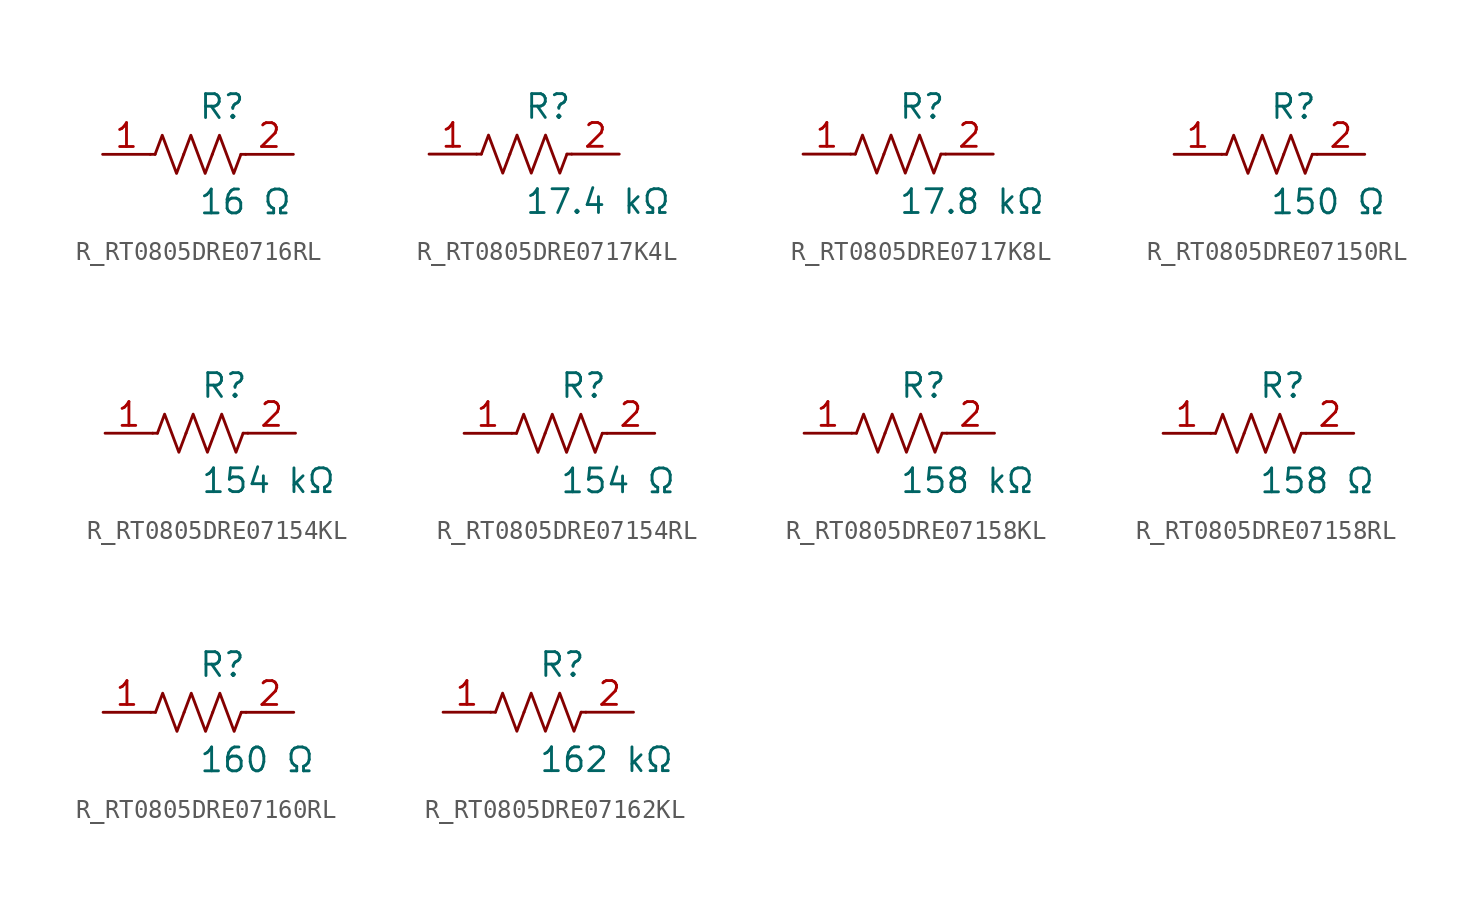
<source format=kicad_sym>
(kicad_symbol_lib
  (version 20231120)
  (generator kicad_symbol_editor)
  (generator_version 8.0)
  (symbol "R_RT0805DRE0716RL"
    (pin_names
      (offset 0.254))
    (property "Reference" "R"
      (at 0 2.54 0)
      (effects (font (size 1.27 1.27)) (justify left)))
    (property "Value" "16 Ω"
      (at 0 -2.54 0)
      (effects (font (size 1.27 1.27)) (justify left)))
    (symbol "R_RT0805DRE0716RL_0_1"
      (polyline (pts (xy 2.286 0) (xy 2.54 0)) (stroke (width 0) (type default)) (fill (type none)))
      (polyline (pts (xy -2.286 0) (xy -2.54 0)) (stroke (width 0) (type default)) (fill (type none)))
      (polyline (pts (xy 0.762 0) (xy 1.143 1.016) (xy 1.524 0) (xy 1.905 -1.016) (xy 2.286 0)) (stroke (width 0) (type default)) (fill (type none)))
      (polyline (pts (xy -0.762 0) (xy -0.381 1.016) (xy 0 0) (xy 0.381 -1.016) (xy 0.762 0)) (stroke (width 0) (type default)) (fill (type none)))
      (polyline (pts (xy -2.286 0) (xy -1.905 1.016) (xy -1.524 0) (xy -1.143 -1.016) (xy -0.762 0)) (stroke (width 0) (type default)) (fill (type none))))
    (pin passive line
      (at -5.08 0 0)
      (length 2.54)
      (name "" (effects (font (size 1.27 1.27))))
      (number "1" (effects (font (size 1.27 1.27)))))
    (pin passive line
      (at 5.08 0 180)
      (length 2.54)
      (name "" (effects (font (size 1.27 1.27))))
      (number "2" (effects (font (size 1.27 1.27))))))
  (symbol "R_RT0805DRE0717K4L"
    (pin_names
      (offset 0.254))
    (property "Reference" "R"
      (at 0 2.54 0)
      (effects (font (size 1.27 1.27)) (justify left)))
    (property "Value" "17.4 kΩ"
      (at 0 -2.54 0)
      (effects (font (size 1.27 1.27)) (justify left)))
    (symbol "R_RT0805DRE0717K4L_0_1"
      (polyline (pts (xy 2.286 0) (xy 2.54 0)) (stroke (width 0) (type default)) (fill (type none)))
      (polyline (pts (xy -2.286 0) (xy -2.54 0)) (stroke (width 0) (type default)) (fill (type none)))
      (polyline (pts (xy 0.762 0) (xy 1.143 1.016) (xy 1.524 0) (xy 1.905 -1.016) (xy 2.286 0)) (stroke (width 0) (type default)) (fill (type none)))
      (polyline (pts (xy -0.762 0) (xy -0.381 1.016) (xy 0 0) (xy 0.381 -1.016) (xy 0.762 0)) (stroke (width 0) (type default)) (fill (type none)))
      (polyline (pts (xy -2.286 0) (xy -1.905 1.016) (xy -1.524 0) (xy -1.143 -1.016) (xy -0.762 0)) (stroke (width 0) (type default)) (fill (type none))))
    (pin passive line
      (at -5.08 0 0)
      (length 2.54)
      (name "" (effects (font (size 1.27 1.27))))
      (number "1" (effects (font (size 1.27 1.27)))))
    (pin passive line
      (at 5.08 0 180)
      (length 2.54)
      (name "" (effects (font (size 1.27 1.27))))
      (number "2" (effects (font (size 1.27 1.27))))))
  (symbol "R_RT0805DRE0717K8L"
    (pin_names
      (offset 0.254))
    (property "Reference" "R"
      (at 0 2.54 0)
      (effects (font (size 1.27 1.27)) (justify left)))
    (property "Value" "17.8 kΩ"
      (at 0 -2.54 0)
      (effects (font (size 1.27 1.27)) (justify left)))
    (symbol "R_RT0805DRE0717K8L_0_1"
      (polyline (pts (xy 2.286 0) (xy 2.54 0)) (stroke (width 0) (type default)) (fill (type none)))
      (polyline (pts (xy -2.286 0) (xy -2.54 0)) (stroke (width 0) (type default)) (fill (type none)))
      (polyline (pts (xy 0.762 0) (xy 1.143 1.016) (xy 1.524 0) (xy 1.905 -1.016) (xy 2.286 0)) (stroke (width 0) (type default)) (fill (type none)))
      (polyline (pts (xy -0.762 0) (xy -0.381 1.016) (xy 0 0) (xy 0.381 -1.016) (xy 0.762 0)) (stroke (width 0) (type default)) (fill (type none)))
      (polyline (pts (xy -2.286 0) (xy -1.905 1.016) (xy -1.524 0) (xy -1.143 -1.016) (xy -0.762 0)) (stroke (width 0) (type default)) (fill (type none))))
    (pin passive line
      (at -5.08 0 0)
      (length 2.54)
      (name "" (effects (font (size 1.27 1.27))))
      (number "1" (effects (font (size 1.27 1.27)))))
    (pin passive line
      (at 5.08 0 180)
      (length 2.54)
      (name "" (effects (font (size 1.27 1.27))))
      (number "2" (effects (font (size 1.27 1.27))))))
  (symbol "R_RT0805DRE07150RL"
    (pin_names
      (offset 0.254))
    (property "Reference" "R"
      (at 0 2.54 0)
      (effects (font (size 1.27 1.27)) (justify left)))
    (property "Value" "150 Ω"
      (at 0 -2.54 0)
      (effects (font (size 1.27 1.27)) (justify left)))
    (symbol "R_RT0805DRE07150RL_0_1"
      (polyline (pts (xy 2.286 0) (xy 2.54 0)) (stroke (width 0) (type default)) (fill (type none)))
      (polyline (pts (xy -2.286 0) (xy -2.54 0)) (stroke (width 0) (type default)) (fill (type none)))
      (polyline (pts (xy 0.762 0) (xy 1.143 1.016) (xy 1.524 0) (xy 1.905 -1.016) (xy 2.286 0)) (stroke (width 0) (type default)) (fill (type none)))
      (polyline (pts (xy -0.762 0) (xy -0.381 1.016) (xy 0 0) (xy 0.381 -1.016) (xy 0.762 0)) (stroke (width 0) (type default)) (fill (type none)))
      (polyline (pts (xy -2.286 0) (xy -1.905 1.016) (xy -1.524 0) (xy -1.143 -1.016) (xy -0.762 0)) (stroke (width 0) (type default)) (fill (type none))))
    (pin passive line
      (at -5.08 0 0)
      (length 2.54)
      (name "" (effects (font (size 1.27 1.27))))
      (number "1" (effects (font (size 1.27 1.27)))))
    (pin passive line
      (at 5.08 0 180)
      (length 2.54)
      (name "" (effects (font (size 1.27 1.27))))
      (number "2" (effects (font (size 1.27 1.27))))))
  (symbol "R_RT0805DRE07154KL"
    (pin_names
      (offset 0.254))
    (property "Reference" "R"
      (at 0 2.54 0)
      (effects (font (size 1.27 1.27)) (justify left)))
    (property "Value" "154 kΩ"
      (at 0 -2.54 0)
      (effects (font (size 1.27 1.27)) (justify left)))
    (symbol "R_RT0805DRE07154KL_0_1"
      (polyline (pts (xy 2.286 0) (xy 2.54 0)) (stroke (width 0) (type default)) (fill (type none)))
      (polyline (pts (xy -2.286 0) (xy -2.54 0)) (stroke (width 0) (type default)) (fill (type none)))
      (polyline (pts (xy 0.762 0) (xy 1.143 1.016) (xy 1.524 0) (xy 1.905 -1.016) (xy 2.286 0)) (stroke (width 0) (type default)) (fill (type none)))
      (polyline (pts (xy -0.762 0) (xy -0.381 1.016) (xy 0 0) (xy 0.381 -1.016) (xy 0.762 0)) (stroke (width 0) (type default)) (fill (type none)))
      (polyline (pts (xy -2.286 0) (xy -1.905 1.016) (xy -1.524 0) (xy -1.143 -1.016) (xy -0.762 0)) (stroke (width 0) (type default)) (fill (type none))))
    (pin passive line
      (at -5.08 0 0)
      (length 2.54)
      (name "" (effects (font (size 1.27 1.27))))
      (number "1" (effects (font (size 1.27 1.27)))))
    (pin passive line
      (at 5.08 0 180)
      (length 2.54)
      (name "" (effects (font (size 1.27 1.27))))
      (number "2" (effects (font (size 1.27 1.27))))))
  (symbol "R_RT0805DRE07154RL"
    (pin_names
      (offset 0.254))
    (property "Reference" "R"
      (at 0 2.54 0)
      (effects (font (size 1.27 1.27)) (justify left)))
    (property "Value" "154 Ω"
      (at 0 -2.54 0)
      (effects (font (size 1.27 1.27)) (justify left)))
    (symbol "R_RT0805DRE07154RL_0_1"
      (polyline (pts (xy 2.286 0) (xy 2.54 0)) (stroke (width 0) (type default)) (fill (type none)))
      (polyline (pts (xy -2.286 0) (xy -2.54 0)) (stroke (width 0) (type default)) (fill (type none)))
      (polyline (pts (xy 0.762 0) (xy 1.143 1.016) (xy 1.524 0) (xy 1.905 -1.016) (xy 2.286 0)) (stroke (width 0) (type default)) (fill (type none)))
      (polyline (pts (xy -0.762 0) (xy -0.381 1.016) (xy 0 0) (xy 0.381 -1.016) (xy 0.762 0)) (stroke (width 0) (type default)) (fill (type none)))
      (polyline (pts (xy -2.286 0) (xy -1.905 1.016) (xy -1.524 0) (xy -1.143 -1.016) (xy -0.762 0)) (stroke (width 0) (type default)) (fill (type none))))
    (pin passive line
      (at -5.08 0 0)
      (length 2.54)
      (name "" (effects (font (size 1.27 1.27))))
      (number "1" (effects (font (size 1.27 1.27)))))
    (pin passive line
      (at 5.08 0 180)
      (length 2.54)
      (name "" (effects (font (size 1.27 1.27))))
      (number "2" (effects (font (size 1.27 1.27))))))
  (symbol "R_RT0805DRE07158KL"
    (pin_names
      (offset 0.254))
    (property "Reference" "R"
      (at 0 2.54 0)
      (effects (font (size 1.27 1.27)) (justify left)))
    (property "Value" "158 kΩ"
      (at 0 -2.54 0)
      (effects (font (size 1.27 1.27)) (justify left)))
    (symbol "R_RT0805DRE07158KL_0_1"
      (polyline (pts (xy 2.286 0) (xy 2.54 0)) (stroke (width 0) (type default)) (fill (type none)))
      (polyline (pts (xy -2.286 0) (xy -2.54 0)) (stroke (width 0) (type default)) (fill (type none)))
      (polyline (pts (xy 0.762 0) (xy 1.143 1.016) (xy 1.524 0) (xy 1.905 -1.016) (xy 2.286 0)) (stroke (width 0) (type default)) (fill (type none)))
      (polyline (pts (xy -0.762 0) (xy -0.381 1.016) (xy 0 0) (xy 0.381 -1.016) (xy 0.762 0)) (stroke (width 0) (type default)) (fill (type none)))
      (polyline (pts (xy -2.286 0) (xy -1.905 1.016) (xy -1.524 0) (xy -1.143 -1.016) (xy -0.762 0)) (stroke (width 0) (type default)) (fill (type none))))
    (pin passive line
      (at -5.08 0 0)
      (length 2.54)
      (name "" (effects (font (size 1.27 1.27))))
      (number "1" (effects (font (size 1.27 1.27)))))
    (pin passive line
      (at 5.08 0 180)
      (length 2.54)
      (name "" (effects (font (size 1.27 1.27))))
      (number "2" (effects (font (size 1.27 1.27))))))
  (symbol "R_RT0805DRE07158RL"
    (pin_names
      (offset 0.254))
    (property "Reference" "R"
      (at 0 2.54 0)
      (effects (font (size 1.27 1.27)) (justify left)))
    (property "Value" "158 Ω"
      (at 0 -2.54 0)
      (effects (font (size 1.27 1.27)) (justify left)))
    (symbol "R_RT0805DRE07158RL_0_1"
      (polyline (pts (xy 2.286 0) (xy 2.54 0)) (stroke (width 0) (type default)) (fill (type none)))
      (polyline (pts (xy -2.286 0) (xy -2.54 0)) (stroke (width 0) (type default)) (fill (type none)))
      (polyline (pts (xy 0.762 0) (xy 1.143 1.016) (xy 1.524 0) (xy 1.905 -1.016) (xy 2.286 0)) (stroke (width 0) (type default)) (fill (type none)))
      (polyline (pts (xy -0.762 0) (xy -0.381 1.016) (xy 0 0) (xy 0.381 -1.016) (xy 0.762 0)) (stroke (width 0) (type default)) (fill (type none)))
      (polyline (pts (xy -2.286 0) (xy -1.905 1.016) (xy -1.524 0) (xy -1.143 -1.016) (xy -0.762 0)) (stroke (width 0) (type default)) (fill (type none))))
    (pin passive line
      (at -5.08 0 0)
      (length 2.54)
      (name "" (effects (font (size 1.27 1.27))))
      (number "1" (effects (font (size 1.27 1.27)))))
    (pin passive line
      (at 5.08 0 180)
      (length 2.54)
      (name "" (effects (font (size 1.27 1.27))))
      (number "2" (effects (font (size 1.27 1.27))))))
  (symbol "R_RT0805DRE07160RL"
    (pin_names
      (offset 0.254))
    (property "Reference" "R"
      (at 0 2.54 0)
      (effects (font (size 1.27 1.27)) (justify left)))
    (property "Value" "160 Ω"
      (at 0 -2.54 0)
      (effects (font (size 1.27 1.27)) (justify left)))
    (symbol "R_RT0805DRE07160RL_0_1"
      (polyline (pts (xy 2.286 0) (xy 2.54 0)) (stroke (width 0) (type default)) (fill (type none)))
      (polyline (pts (xy -2.286 0) (xy -2.54 0)) (stroke (width 0) (type default)) (fill (type none)))
      (polyline (pts (xy 0.762 0) (xy 1.143 1.016) (xy 1.524 0) (xy 1.905 -1.016) (xy 2.286 0)) (stroke (width 0) (type default)) (fill (type none)))
      (polyline (pts (xy -0.762 0) (xy -0.381 1.016) (xy 0 0) (xy 0.381 -1.016) (xy 0.762 0)) (stroke (width 0) (type default)) (fill (type none)))
      (polyline (pts (xy -2.286 0) (xy -1.905 1.016) (xy -1.524 0) (xy -1.143 -1.016) (xy -0.762 0)) (stroke (width 0) (type default)) (fill (type none))))
    (pin passive line
      (at -5.08 0 0)
      (length 2.54)
      (name "" (effects (font (size 1.27 1.27))))
      (number "1" (effects (font (size 1.27 1.27)))))
    (pin passive line
      (at 5.08 0 180)
      (length 2.54)
      (name "" (effects (font (size 1.27 1.27))))
      (number "2" (effects (font (size 1.27 1.27))))))
  (symbol "R_RT0805DRE07162KL"
    (pin_names
      (offset 0.254))
    (property "Reference" "R"
      (at 0 2.54 0)
      (effects (font (size 1.27 1.27)) (justify left)))
    (property "Value" "162 kΩ"
      (at 0 -2.54 0)
      (effects (font (size 1.27 1.27)) (justify left)))
    (symbol "R_RT0805DRE07162KL_0_1"
      (polyline (pts (xy 2.286 0) (xy 2.54 0)) (stroke (width 0) (type default)) (fill (type none)))
      (polyline (pts (xy -2.286 0) (xy -2.54 0)) (stroke (width 0) (type default)) (fill (type none)))
      (polyline (pts (xy 0.762 0) (xy 1.143 1.016) (xy 1.524 0) (xy 1.905 -1.016) (xy 2.286 0)) (stroke (width 0) (type default)) (fill (type none)))
      (polyline (pts (xy -0.762 0) (xy -0.381 1.016) (xy 0 0) (xy 0.381 -1.016) (xy 0.762 0)) (stroke (width 0) (type default)) (fill (type none)))
      (polyline (pts (xy -2.286 0) (xy -1.905 1.016) (xy -1.524 0) (xy -1.143 -1.016) (xy -0.762 0)) (stroke (width 0) (type default)) (fill (type none))))
    (pin passive line
      (at -5.08 0 0)
      (length 2.54)
      (name "" (effects (font (size 1.27 1.27))))
      (number "1" (effects (font (size 1.27 1.27)))))
    (pin passive line
      (at 5.08 0 180)
      (length 2.54)
      (name "" (effects (font (size 1.27 1.27))))
      (number "2" (effects (font (size 1.27 1.27)))))))
</source>
